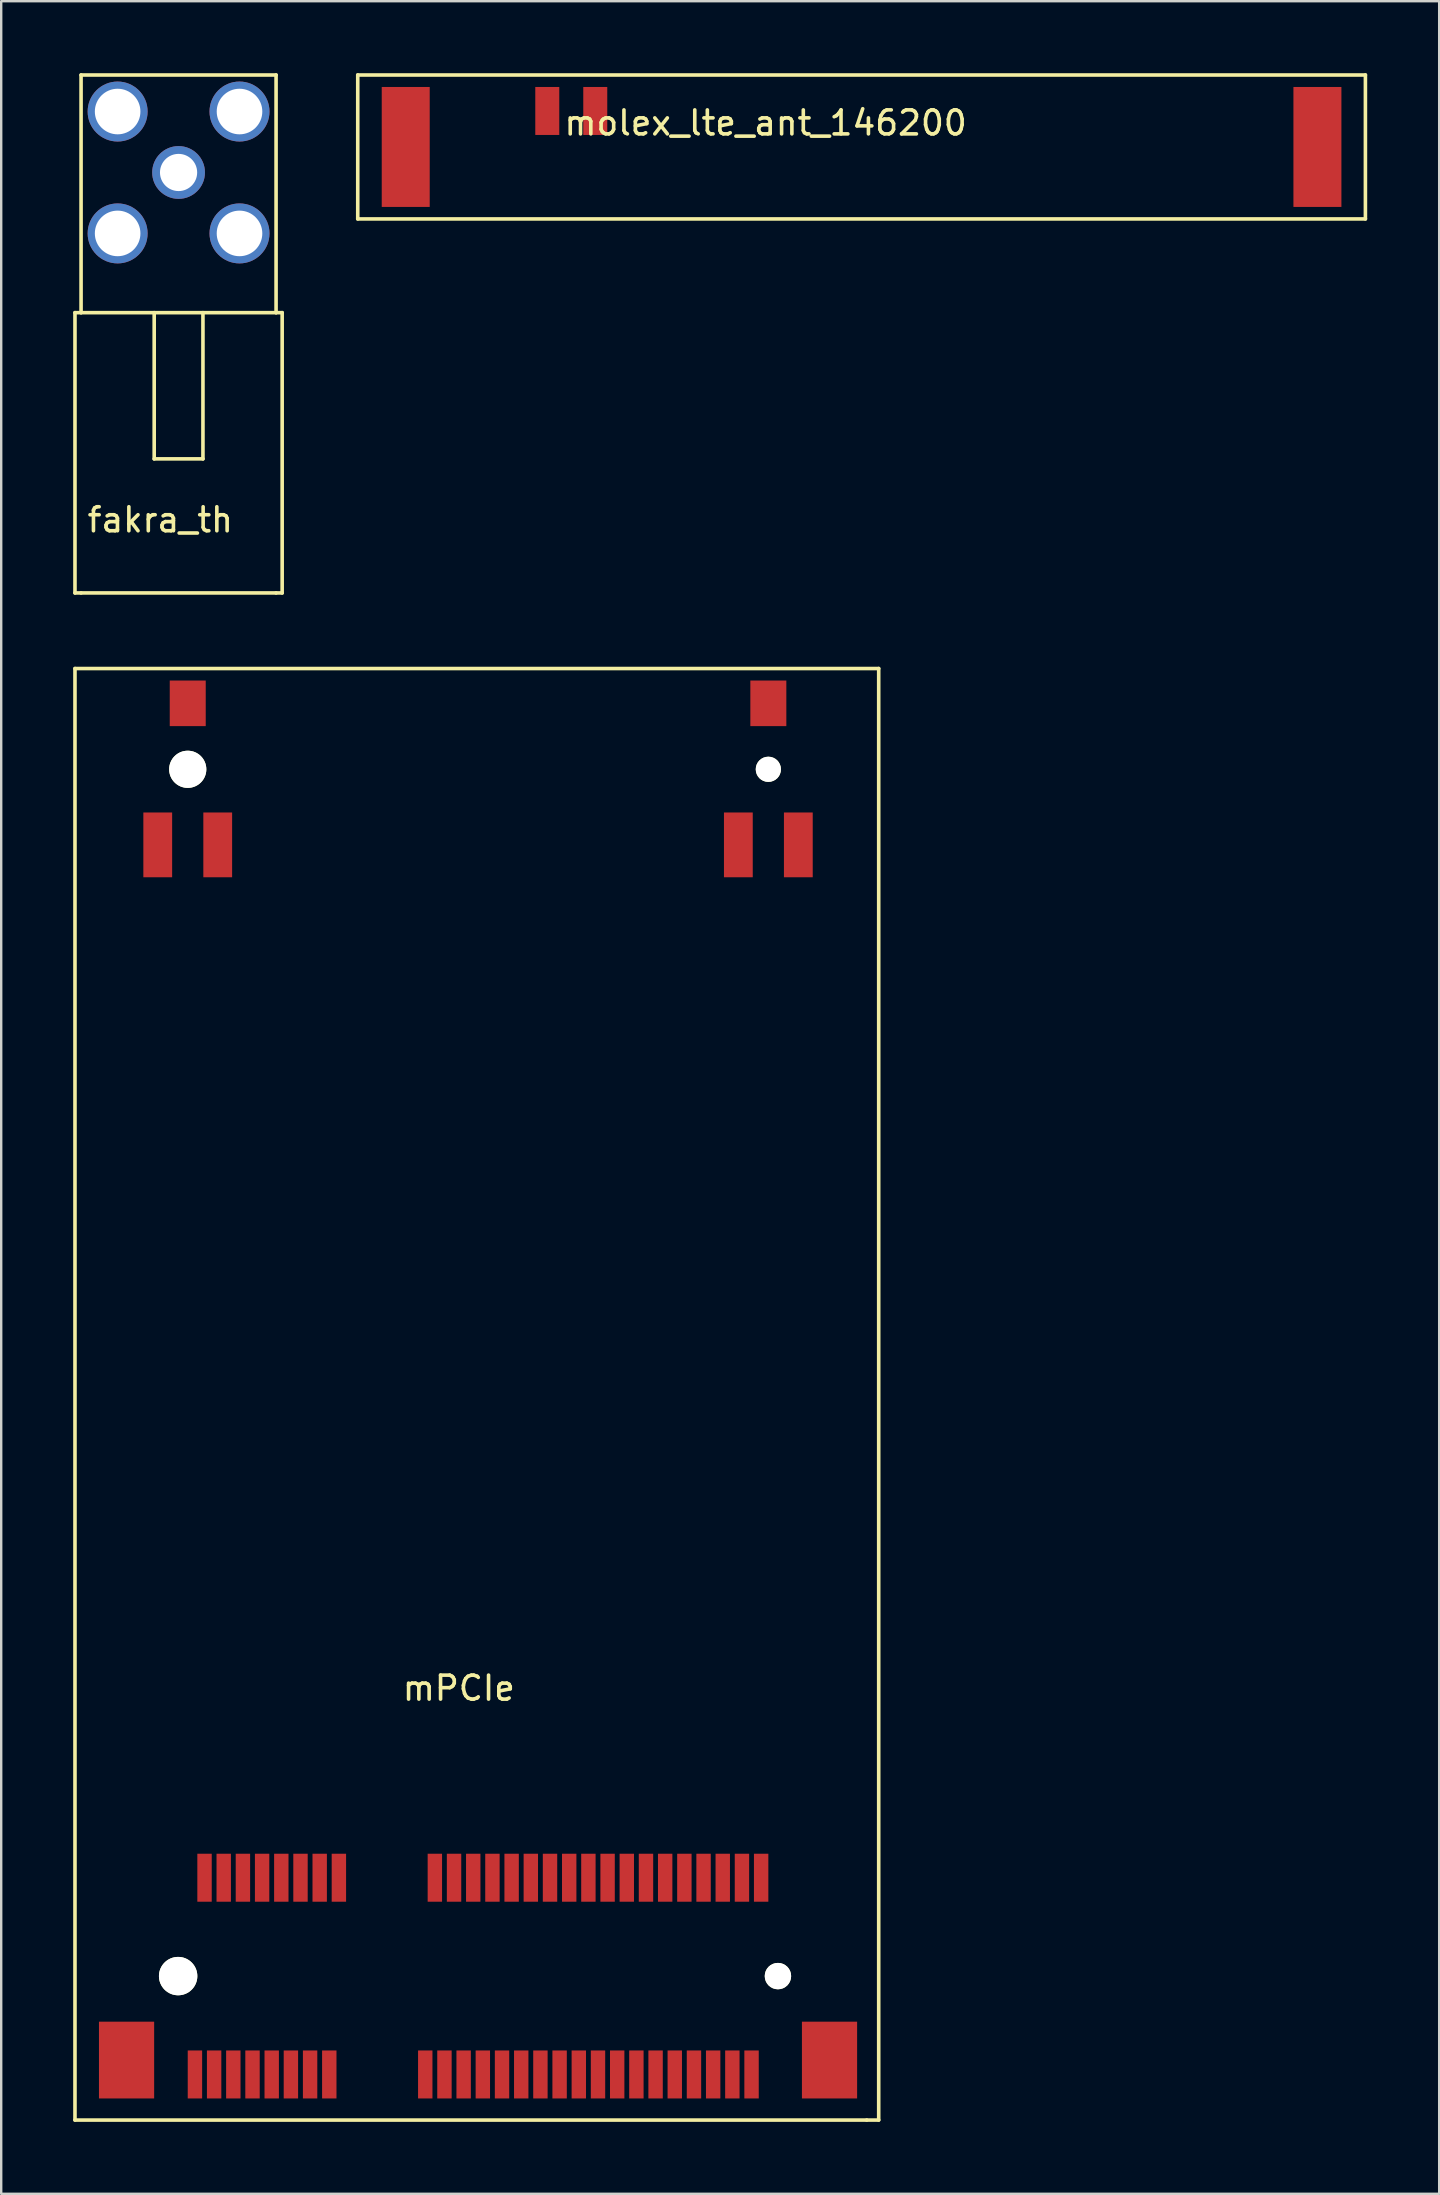
<source format=kicad_pcb>
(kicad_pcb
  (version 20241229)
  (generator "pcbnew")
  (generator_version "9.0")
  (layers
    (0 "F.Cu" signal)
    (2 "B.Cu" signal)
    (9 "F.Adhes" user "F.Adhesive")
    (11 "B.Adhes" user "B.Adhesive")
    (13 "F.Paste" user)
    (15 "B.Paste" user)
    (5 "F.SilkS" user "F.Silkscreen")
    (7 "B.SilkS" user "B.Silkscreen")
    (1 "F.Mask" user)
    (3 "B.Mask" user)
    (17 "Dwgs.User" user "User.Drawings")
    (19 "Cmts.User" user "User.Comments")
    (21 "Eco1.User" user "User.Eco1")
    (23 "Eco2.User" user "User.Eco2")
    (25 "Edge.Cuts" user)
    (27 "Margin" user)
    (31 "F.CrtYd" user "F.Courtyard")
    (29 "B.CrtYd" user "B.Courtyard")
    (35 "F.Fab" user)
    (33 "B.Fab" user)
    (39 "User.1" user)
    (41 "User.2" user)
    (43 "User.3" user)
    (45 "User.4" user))
  (footprint "mPCIe"
    (layer "F.Cu")
    (at 5.075 79.315)
    (property "Reference" "mPCIe" (at 11 -12 0) (layer "F.SilkS") (effects (font (size 1 1) (thickness 0.15))))
    (attr through_hole)
    (fp_line (start -5 6) (end -5 -54.5) (stroke (width 0.15) (type solid)) (layer "F.SilkS"))
    (fp_line (start -5 6) (end 28 6) (stroke (width 0.15) (type solid)) (layer "F.SilkS"))
    (fp_line (start 28 6) (end 28.5 6) (stroke (width 0.15) (type solid)) (layer "F.SilkS"))
    (fp_line (start 28.5 -54.5) (end -5 -54.5) (stroke (width 0.15) (type solid)) (layer "F.SilkS"))
    (fp_line (start 28.5 6) (end 28.5 -54.5) (stroke (width 0.15) (type solid)) (layer "F.SilkS"))
    (pad "" np_thru_hole circle (at -0.7 0) (size 1.6 1.6) (drill 1.6) (layers "*.Cu" "*.Mask" "F.SilkS"))
    (pad "" np_thru_hole circle (at -0.3 -50.3) (size 1.55 1.55) (drill 1.55) (layers "*.Cu" "*.Mask" "F.SilkS"))
    (pad "" np_thru_hole circle (at 23.9 -50.3) (size 1.05 1.05) (drill 1.05) (layers "*.Cu" "*.Mask" "F.SilkS"))
    (pad "" np_thru_hole circle (at 24.3 0) (size 1.1 1.1) (drill 1.1) (layers "*.Cu" "*.Mask" "F.SilkS"))
    (pad "0" smd rect (at -2.85 3.5) (size 2.3 3.2) (layers "F.Cu" "F.Mask" "F.Paste"))
    (pad "0" smd rect (at -1.55 -47.15) (size 1.2 2.7) (layers "F.Cu" "F.Mask" "F.Paste"))
    (pad "0" smd rect (at -0.3 -53.05) (size 1.5 1.9) (layers "F.Cu" "F.Mask" "F.Paste"))
    (pad "0" smd rect (at 0.95 -47.15) (size 1.2 2.7) (layers "F.Cu" "F.Mask" "F.Paste"))
    (pad "0" smd rect (at 22.65 -47.15) (size 1.2 2.7) (layers "F.Cu" "F.Mask" "F.Paste"))
    (pad "0" smd rect (at 23.9 -53.05) (size 1.5 1.9) (layers "F.Cu" "F.Mask" "F.Paste"))
    (pad "0" smd rect (at 25.15 -47.15) (size 1.2 2.7) (layers "F.Cu" "F.Mask" "F.Paste"))
    (pad "0" smd rect (at 26.45 3.5) (size 2.3 3.2) (layers "F.Cu" "F.Mask" "F.Paste"))
    (pad "1" smd rect (at 0 4.1) (size 0.6 2) (layers "F.Cu" "F.Mask" "F.Paste"))
    (pad "2" smd rect (at 0.4 -4.1) (size 0.6 2) (layers "F.Cu" "F.Mask" "F.Paste"))
    (pad "3" smd rect (at 0.8 4.1) (size 0.6 2) (layers "F.Cu" "F.Mask" "F.Paste"))
    (pad "4" smd rect (at 1.2 -4.1) (size 0.6 2) (layers "F.Cu" "F.Mask" "F.Paste"))
    (pad "5" smd rect (at 1.6 4.1) (size 0.6 2) (layers "F.Cu" "F.Mask" "F.Paste"))
    (pad "6" smd rect (at 2 -4.1) (size 0.6 2) (layers "F.Cu" "F.Mask" "F.Paste"))
    (pad "7" smd rect (at 2.4 4.1) (size 0.6 2) (layers "F.Cu" "F.Mask" "F.Paste"))
    (pad "8" smd rect (at 2.8 -4.1) (size 0.6 2) (layers "F.Cu" "F.Mask" "F.Paste"))
    (pad "9" smd rect (at 3.2 4.1) (size 0.6 2) (layers "F.Cu" "F.Mask" "F.Paste"))
    (pad "10" smd rect (at 3.6 -4.1) (size 0.6 2) (layers "F.Cu" "F.Mask" "F.Paste"))
    (pad "11" smd rect (at 4 4.1) (size 0.6 2) (layers "F.Cu" "F.Mask" "F.Paste"))
    (pad "12" smd rect (at 4.4 -4.1) (size 0.6 2) (layers "F.Cu" "F.Mask" "F.Paste"))
    (pad "13" smd rect (at 4.8 4.1) (size 0.6 2) (layers "F.Cu" "F.Mask" "F.Paste"))
    (pad "14" smd rect (at 5.2 -4.1) (size 0.6 2) (layers "F.Cu" "F.Mask" "F.Paste"))
    (pad "15" smd rect (at 5.6 4.1) (size 0.6 2) (layers "F.Cu" "F.Mask" "F.Paste"))
    (pad "16" smd rect (at 6 -4.1) (size 0.6 2) (layers "F.Cu" "F.Mask" "F.Paste"))
    (pad "17" smd rect (at 9.6 4.1) (size 0.6 2) (layers "F.Cu" "F.Mask" "F.Paste"))
    (pad "18" smd rect (at 10 -4.1) (size 0.6 2) (layers "F.Cu" "F.Mask" "F.Paste"))
    (pad "19" smd rect (at 10.4 4.1) (size 0.6 2) (layers "F.Cu" "F.Mask" "F.Paste"))
    (pad "20" smd rect (at 10.8 -4.1) (size 0.6 2) (layers "F.Cu" "F.Mask" "F.Paste"))
    (pad "21" smd rect (at 11.2 4.1) (size 0.6 2) (layers "F.Cu" "F.Mask" "F.Paste"))
    (pad "22" smd rect (at 11.6 -4.1) (size 0.6 2) (layers "F.Cu" "F.Mask" "F.Paste"))
    (pad "23" smd rect (at 12 4.1) (size 0.6 2) (layers "F.Cu" "F.Mask" "F.Paste"))
    (pad "24" smd rect (at 12.4 -4.1) (size 0.6 2) (layers "F.Cu" "F.Mask" "F.Paste"))
    (pad "25" smd rect (at 12.8 4.1) (size 0.6 2) (layers "F.Cu" "F.Mask" "F.Paste"))
    (pad "26" smd rect (at 13.2 -4.1) (size 0.6 2) (layers "F.Cu" "F.Mask" "F.Paste"))
    (pad "27" smd rect (at 13.6 4.1) (size 0.6 2) (layers "F.Cu" "F.Mask" "F.Paste"))
    (pad "28" smd rect (at 14 -4.1) (size 0.6 2) (layers "F.Cu" "F.Mask" "F.Paste"))
    (pad "29" smd rect (at 14.4 4.1) (size 0.6 2) (layers "F.Cu" "F.Mask" "F.Paste"))
    (pad "30" smd rect (at 14.8 -4.1) (size 0.6 2) (layers "F.Cu" "F.Mask" "F.Paste"))
    (pad "31" smd rect (at 15.2 4.1) (size 0.6 2) (layers "F.Cu" "F.Mask" "F.Paste"))
    (pad "32" smd rect (at 15.6 -4.1) (size 0.6 2) (layers "F.Cu" "F.Mask" "F.Paste"))
    (pad "33" smd rect (at 16 4.1) (size 0.6 2) (layers "F.Cu" "F.Mask" "F.Paste"))
    (pad "34" smd rect (at 16.4 -4.1) (size 0.6 2) (layers "F.Cu" "F.Mask" "F.Paste"))
    (pad "35" smd rect (at 16.8 4.1) (size 0.6 2) (layers "F.Cu" "F.Mask" "F.Paste"))
    (pad "36" smd rect (at 17.2 -4.1) (size 0.6 2) (layers "F.Cu" "F.Mask" "F.Paste"))
    (pad "37" smd rect (at 17.6 4.1) (size 0.6 2) (layers "F.Cu" "F.Mask" "F.Paste"))
    (pad "38" smd rect (at 18 -4.1) (size 0.6 2) (layers "F.Cu" "F.Mask" "F.Paste"))
    (pad "39" smd rect (at 18.4 4.1) (size 0.6 2) (layers "F.Cu" "F.Mask" "F.Paste"))
    (pad "40" smd rect (at 18.8 -4.1) (size 0.6 2) (layers "F.Cu" "F.Mask" "F.Paste"))
    (pad "41" smd rect (at 19.2 4.1) (size 0.6 2) (layers "F.Cu" "F.Mask" "F.Paste"))
    (pad "42" smd rect (at 19.6 -4.1) (size 0.6 2) (layers "F.Cu" "F.Mask" "F.Paste"))
    (pad "43" smd rect (at 20 4.1) (size 0.6 2) (layers "F.Cu" "F.Mask" "F.Paste"))
    (pad "44" smd rect (at 20.4 -4.1) (size 0.6 2) (layers "F.Cu" "F.Mask" "F.Paste"))
    (pad "45" smd rect (at 20.8 4.1) (size 0.6 2) (layers "F.Cu" "F.Mask" "F.Paste"))
    (pad "46" smd rect (at 21.2 -4.1) (size 0.6 2) (layers "F.Cu" "F.Mask" "F.Paste"))
    (pad "47" smd rect (at 21.6 4.1) (size 0.6 2) (layers "F.Cu" "F.Mask" "F.Paste"))
    (pad "48" smd rect (at 22 -4.1) (size 0.6 2) (layers "F.Cu" "F.Mask" "F.Paste"))
    (pad "49" smd rect (at 22.4 4.1) (size 0.6 2) (layers "F.Cu" "F.Mask" "F.Paste"))
    (pad "50" smd rect (at 22.8 -4.1) (size 0.6 2) (layers "F.Cu" "F.Mask" "F.Paste"))
    (pad "51" smd rect (at 23.2 4.1) (size 0.6 2) (layers "F.Cu" "F.Mask" "F.Paste"))
    (pad "52" smd rect (at 23.6 -4.1) (size 0.6 2) (layers "F.Cu" "F.Mask" "F.Paste")))
  (footprint "fakra_th"
    (layer "F.Cu")
    (at 4.393 4.139)
    (property "Reference" "fakra_th" (at -0.762 14.478 0) (layer "F.SilkS") (effects (font (size 1 1) (thickness 0.15))))
    (attr through_hole)
    (fp_line (start -4.318 5.842) (end -4.318 17.526) (stroke (width 0.15) (type solid)) (layer "F.SilkS"))
    (fp_line (start -4.318 17.526) (end -4.064 17.526) (stroke (width 0.15) (type solid)) (layer "F.SilkS"))
    (fp_line (start -4.064 -4.064) (end 4.064 -4.064) (stroke (width 0.15) (type solid)) (layer "F.SilkS"))
    (fp_line (start -4.064 5.842) (end -4.318 5.842) (stroke (width 0.15) (type solid)) (layer "F.SilkS"))
    (fp_line (start -4.064 5.842) (end -4.064 -4.064) (stroke (width 0.15) (type solid)) (layer "F.SilkS"))
    (fp_line (start -1.016 11.938) (end -1.016 5.842) (stroke (width 0.15) (type solid)) (layer "F.SilkS"))
    (fp_line (start -1.016 11.938) (end 1.016 11.938) (stroke (width 0.15) (type solid)) (layer "F.SilkS"))
    (fp_line (start 1.016 5.842) (end 1.016 11.938) (stroke (width 0.15) (type solid)) (layer "F.SilkS"))
    (fp_line (start 4.064 -4.064) (end 4.064 5.842) (stroke (width 0.15) (type solid)) (layer "F.SilkS"))
    (fp_line (start 4.064 5.842) (end -4.064 5.842) (stroke (width 0.15) (type solid)) (layer "F.SilkS"))
    (fp_line (start 4.064 5.842) (end 4.318 5.842) (stroke (width 0.15) (type solid)) (layer "F.SilkS"))
    (fp_line (start 4.064 17.526) (end -4.064 17.526) (stroke (width 0.15) (type solid)) (layer "F.SilkS"))
    (fp_line (start 4.318 5.842) (end 4.318 17.526) (stroke (width 0.15) (type solid)) (layer "F.SilkS"))
    (fp_line (start 4.318 17.526) (end 4.064 17.526) (stroke (width 0.15) (type solid)) (layer "F.SilkS"))
    (pad "1" thru_hole circle (at 0 0) (size 2.2 2.2) (drill 1.55) (layers "*.Cu" "*.Mask"))
    (pad "2" thru_hole circle (at -2.54 -2.54) (size 2.5 2.5) (drill 1.9) (layers "*.Cu" "*.Mask"))
    (pad "2" thru_hole circle (at -2.54 2.54) (size 2.5 2.5) (drill 1.9) (layers "*.Cu" "*.Mask"))
    (pad "2" thru_hole circle (at 2.54 -2.54) (size 2.5 2.5) (drill 1.9) (layers "*.Cu" "*.Mask"))
    (pad "2" thru_hole circle (at 2.54 2.54) (size 2.5 2.5) (drill 1.9) (layers "*.Cu" "*.Mask")))
  (footprint "molex_lte_ant_146200"
    (layer "F.Cu")
    (at 32.861 3.075)
    (property "Reference" "molex_lte_ant_146200" (at -4 -1 0) (layer "F.SilkS") (effects (font (size 1 1) (thickness 0.15))))
    (attr through_hole)
    (fp_line (start -21 -3) (end 21 -3) (stroke (width 0.15) (type solid)) (layer "F.SilkS"))
    (fp_line (start -21 3) (end -21 -3) (stroke (width 0.15) (type solid)) (layer "F.SilkS"))
    (fp_line (start 21 -3) (end 21 3) (stroke (width 0.15) (type solid)) (layer "F.SilkS"))
    (fp_line (start 21 3) (end -21 3) (stroke (width 0.15) (type solid)) (layer "F.SilkS"))
    (pad "" smd rect (at -19 0) (size 2 5) (layers "F.Cu" "F.Mask" "F.Paste"))
    (pad "" smd rect (at 19 0) (size 2 5) (layers "F.Cu" "F.Mask" "F.Paste"))
    (pad "1" smd rect (at -13.1 -1.5) (size 1 2) (layers "F.Cu" "F.Mask" "F.Paste"))
    (pad "2" smd rect (at -11.1 -1.5) (size 1 2) (layers "F.Cu" "F.Mask" "F.Paste")))
  (gr_rect
    (start -3 -3)
    (end 56.936 88.39)
    (stroke (width 0.1) (type default))
    (fill no)
    (layer "Edge.Cuts")))
</source>
